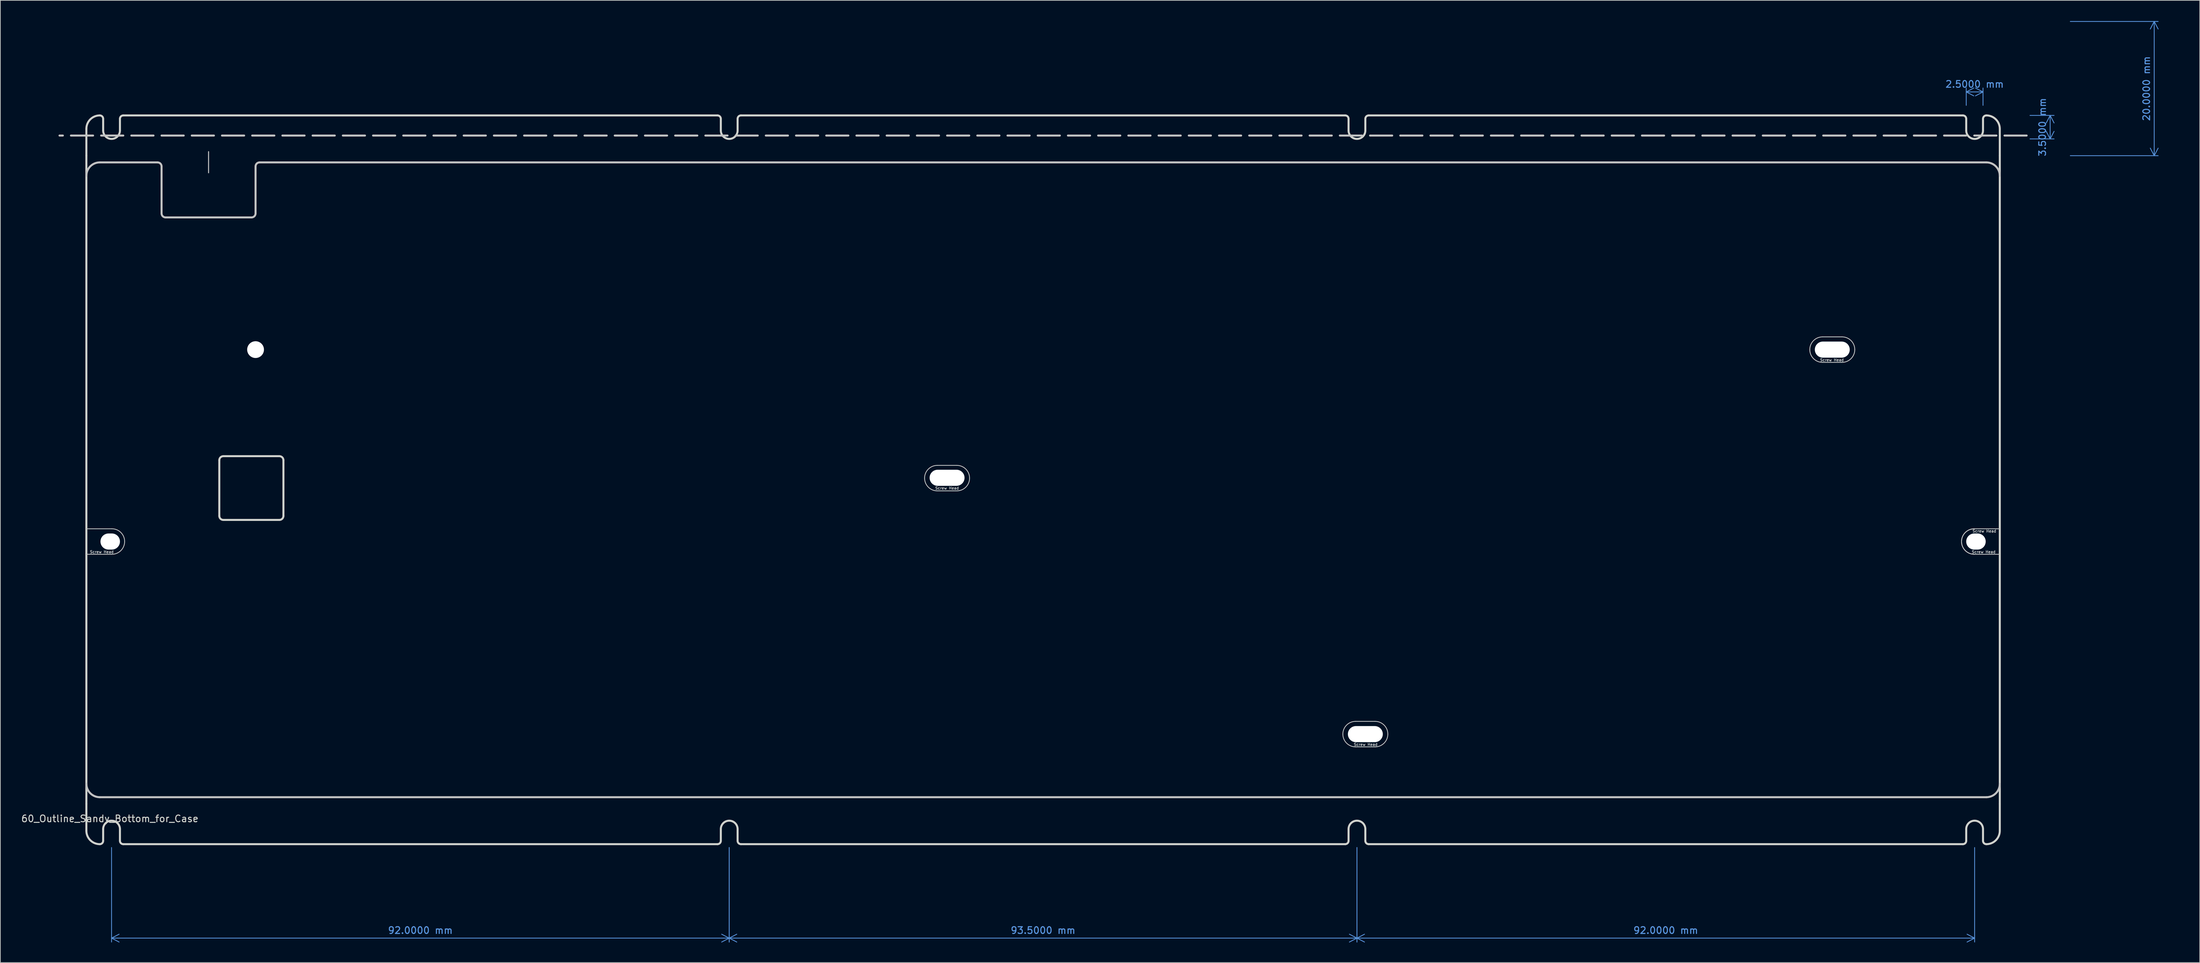
<source format=kicad_pcb>
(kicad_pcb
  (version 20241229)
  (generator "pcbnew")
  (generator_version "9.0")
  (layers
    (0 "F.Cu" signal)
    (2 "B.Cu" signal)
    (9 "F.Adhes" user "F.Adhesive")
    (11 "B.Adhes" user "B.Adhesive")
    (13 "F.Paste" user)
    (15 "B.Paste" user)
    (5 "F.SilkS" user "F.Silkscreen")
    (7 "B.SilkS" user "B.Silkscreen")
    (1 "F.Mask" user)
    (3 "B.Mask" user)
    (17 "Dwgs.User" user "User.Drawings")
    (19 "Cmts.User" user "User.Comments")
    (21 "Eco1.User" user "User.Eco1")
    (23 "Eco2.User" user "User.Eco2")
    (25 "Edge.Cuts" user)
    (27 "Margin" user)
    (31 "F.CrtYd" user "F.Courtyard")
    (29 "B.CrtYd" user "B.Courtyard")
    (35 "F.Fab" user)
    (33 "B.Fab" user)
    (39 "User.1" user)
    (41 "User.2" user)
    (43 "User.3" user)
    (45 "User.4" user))
  (footprint "60_Outline_Sandy_Bottom_for_Case"
    (layer "F.Cu")
    (at 152.315 68.45)
    (property "Reference" "60_Outline_Sandy_Bottom_for_Case" (at -139 50.5 0) (layer "Edge.Cuts") (effects (font (size 1 1) (thickness 0.15))))
    (attr through_hole)
    (fp_line (start -142.5 7.3) (end -138.7 7.3) (stroke (width 0.12) (type solid)) (layer "Dwgs.User"))
    (fp_line (start -142.5 11.1) (end -138.7 11.1) (stroke (width 0.12) (type solid)) (layer "Dwgs.User"))
    (fp_line (start -131.9 -47.3) (end -140.5 -47.3) (stroke (width 0.3) (type solid)) (layer "Dwgs.User"))
    (fp_line (start -131.3 -39.7) (end -131.3 -46.7) (stroke (width 0.3) (type solid)) (layer "Dwgs.User"))
    (fp_line (start -130.7 -39.1) (end -117.9 -39.1) (stroke (width 0.3) (type solid)) (layer "Dwgs.User"))
    (fp_line (start -124.3 -48.9) (end -124.3 -45.75) (stroke (width 0.15) (type solid)) (layer "Dwgs.User"))
    (fp_line (start -117.3 -39.7) (end -117.3 -46.7) (stroke (width 0.3) (type solid)) (layer "Dwgs.User"))
    (fp_line (start -15.75 -2.15) (end -12.85 -2.15) (stroke (width 0.12) (type solid)) (layer "Dwgs.User"))
    (fp_line (start -15.75 1.65) (end -12.85 1.65) (stroke (width 0.12) (type solid)) (layer "Dwgs.User"))
    (fp_line (start 46.55 36) (end 49.45 36) (stroke (width 0.12) (type solid)) (layer "Dwgs.User"))
    (fp_line (start 46.55 39.8) (end 49.45 39.8) (stroke (width 0.12) (type solid)) (layer "Dwgs.User"))
    (fp_line (start 116.1 -21.3) (end 119 -21.3) (stroke (width 0.12) (type solid)) (layer "Dwgs.User"))
    (fp_line (start 116.1 -17.5) (end 119 -17.5) (stroke (width 0.12) (type solid)) (layer "Dwgs.User"))
    (fp_line (start 138.7 7.3) (end 142.5 7.3) (stroke (width 0.12) (type solid)) (layer "Dwgs.User"))
    (fp_line (start 138.7 11.1) (end 142.5 11.1) (stroke (width 0.12) (type solid)) (layer "Dwgs.User"))
    (fp_line (start 140.5 -47.3) (end -116.7 -47.3) (stroke (width 0.3) (type solid)) (layer "Dwgs.User"))
    (fp_line (start 140.5 47.3) (end -140.5 47.3) (stroke (width 0.3) (type solid)) (layer "Dwgs.User"))
    (fp_line (start 146.5 -51.3) (end -146.5 -51.3) (stroke (width 0.3) (type dash)) (layer "Dwgs.User"))
    (fp_arc (start -142.5 -45.3) (mid -141.914214 -46.714214) (end -140.5 -47.3) (stroke (width 0.3) (type solid)) (layer "Dwgs.User"))
    (fp_arc (start -140.5 47.3) (mid -141.914214 46.714214) (end -142.5 45.3) (stroke (width 0.3) (type solid)) (layer "Dwgs.User"))
    (fp_arc (start -138.7 7.3) (mid -137.356497 7.856497) (end -136.8 9.2) (stroke (width 0.12) (type solid)) (layer "Dwgs.User"))
    (fp_arc (start -136.8 9.2) (mid -137.356497 10.543503) (end -138.7 11.1) (stroke (width 0.12) (type solid)) (layer "Dwgs.User"))
    (fp_arc (start -131.9 -47.3) (mid -131.475736 -47.124264) (end -131.3 -46.7) (stroke (width 0.3) (type solid)) (layer "Dwgs.User"))
    (fp_arc (start -130.7 -39.1) (mid -131.124264 -39.275736) (end -131.3 -39.7) (stroke (width 0.3) (type solid)) (layer "Dwgs.User"))
    (fp_arc (start -117.3 -46.7) (mid -117.124264 -47.124264) (end -116.7 -47.3) (stroke (width 0.3) (type solid)) (layer "Dwgs.User"))
    (fp_arc (start -117.3 -39.7) (mid -117.475736 -39.275736) (end -117.9 -39.1) (stroke (width 0.3) (type solid)) (layer "Dwgs.User"))
    (fp_arc (start -17.65 -0.25) (mid -17.093503 -1.593503) (end -15.75 -2.15) (stroke (width 0.12) (type solid)) (layer "Dwgs.User"))
    (fp_arc (start -15.75 1.65) (mid -17.093503 1.093503) (end -17.65 -0.25) (stroke (width 0.12) (type solid)) (layer "Dwgs.User"))
    (fp_arc (start -12.85 -2.15) (mid -11.506497 -1.593503) (end -10.95 -0.25) (stroke (width 0.12) (type solid)) (layer "Dwgs.User"))
    (fp_arc (start -10.95 -0.25) (mid -11.506497 1.093503) (end -12.85 1.65) (stroke (width 0.12) (type solid)) (layer "Dwgs.User"))
    (fp_arc (start 44.65 37.9) (mid 45.206497 36.556497) (end 46.55 36) (stroke (width 0.12) (type solid)) (layer "Dwgs.User"))
    (fp_arc (start 46.55 39.8) (mid 45.206497 39.243503) (end 44.65 37.9) (stroke (width 0.12) (type solid)) (layer "Dwgs.User"))
    (fp_arc (start 49.45 36) (mid 50.793503 36.556497) (end 51.35 37.9) (stroke (width 0.12) (type solid)) (layer "Dwgs.User"))
    (fp_arc (start 51.35 37.9) (mid 50.793503 39.243503) (end 49.45 39.8) (stroke (width 0.12) (type solid)) (layer "Dwgs.User"))
    (fp_arc (start 114.2 -19.4) (mid 114.756497 -20.743503) (end 116.1 -21.3) (stroke (width 0.12) (type solid)) (layer "Dwgs.User"))
    (fp_arc (start 116.1 -17.5) (mid 114.756497 -18.056497) (end 114.2 -19.4) (stroke (width 0.12) (type solid)) (layer "Dwgs.User"))
    (fp_arc (start 119 -21.3) (mid 120.343503 -20.743503) (end 120.9 -19.4) (stroke (width 0.12) (type solid)) (layer "Dwgs.User"))
    (fp_arc (start 120.9 -19.4) (mid 120.343503 -18.056497) (end 119 -17.5) (stroke (width 0.12) (type solid)) (layer "Dwgs.User"))
    (fp_arc (start 136.8 9.2) (mid 137.356497 7.856497) (end 138.7 7.3) (stroke (width 0.12) (type solid)) (layer "Dwgs.User"))
    (fp_arc (start 136.8 9.2) (mid 137.356497 7.856497) (end 138.7 7.3) (stroke (width 0.12) (type solid)) (layer "Dwgs.User"))
    (fp_arc (start 138.7 11.1) (mid 137.356497 10.543503) (end 136.8 9.2) (stroke (width 0.12) (type solid)) (layer "Dwgs.User"))
    (fp_arc (start 138.7 11.1) (mid 137.356497 10.543503) (end 136.8 9.2) (stroke (width 0.12) (type solid)) (layer "Dwgs.User"))
    (fp_arc (start 140.5 -47.3) (mid 141.914214 -46.714214) (end 142.5 -45.3) (stroke (width 0.3) (type solid)) (layer "Dwgs.User"))
    (fp_arc (start 142.5 45.3) (mid 141.914214 46.714214) (end 140.5 47.3) (stroke (width 0.3) (type solid)) (layer "Dwgs.User"))
    (fp_line (start -146.5 50.3) (end -146.5 -62.3) (stroke (width 0.3) (type solid)) (layer "Eco1.User"))
    (fp_line (start -143.5 45.3) (end -143.5 -45.3) (stroke (width 0.3) (type solid)) (layer "Eco1.User"))
    (fp_line (start -132.3 -47.3) (end -124.3 -47.3) (stroke (width 0.12) (type solid)) (layer "Eco1.User"))
    (fp_line (start -124.3 -47.3) (end -116.3 -47.3) (stroke (width 0.12) (type solid)) (layer "Eco1.User"))
    (fp_line (start -58.65 45.025) (end -58.65 40.025) (stroke (width 0.12) (type solid)) (layer "Eco1.User"))
    (fp_line (start -55.895 42.525) (end -61.395 42.525) (stroke (width 0.12) (type solid)) (layer "Eco1.User"))
    (fp_line (start -51.125 -43.075) (end -44.125 -43.075) (stroke (width 0.12) (type solid)) (layer "Eco1.User"))
    (fp_line (start -47.625 -40.8) (end -47.625 -45.8) (stroke (width 0.12) (type solid)) (layer "Eco1.User"))
    (fp_line (start 42.895 45.025) (end 42.895 40.025) (stroke (width 0.12) (type solid)) (layer "Eco1.User"))
    (fp_line (start 45.325 -43.075) (end 50.125 -43.075) (stroke (width 0.12) (type solid)) (layer "Eco1.User"))
    (fp_line (start 45.65 42.525) (end 40.15 42.525) (stroke (width 0.12) (type solid)) (layer "Eco1.User"))
    (fp_line (start 47.62 -40.5) (end 47.62 -45.5) (stroke (width 0.12) (type solid)) (layer "Eco1.User"))
    (fp_line (start 81.245 45.025) (end 81.245 40.025) (stroke (width 0.12) (type solid)) (layer "Eco1.User"))
    (fp_line (start 84 42.525) (end 78.5 42.525) (stroke (width 0.12) (type solid)) (layer "Eco1.User"))
    (fp_line (start 140.5 -68.3) (end -140.5 -68.3) (stroke (width 0.3) (type solid)) (layer "Eco1.User"))
    (fp_line (start 140.5 -48.3) (end -140.5 -48.3) (stroke (width 0.3) (type solid)) (layer "Eco1.User"))
    (fp_line (start 140.5 48.3) (end -140.5 48.3) (stroke (width 0.3) (type solid)) (layer "Eco1.User"))
    (fp_line (start 140.5 56.3) (end -140.5 56.3) (stroke (width 0.3) (type solid)) (layer "Eco1.User"))
    (fp_line (start 143.5 45.3) (end 143.5 -45.3) (stroke (width 0.3) (type solid)) (layer "Eco1.User"))
    (fp_line (start 146.5 50.3) (end 146.5 -62.3) (stroke (width 0.3) (type solid)) (layer "Eco1.User"))
    (fp_arc (start -146.5 -62.3) (mid -144.74264 -66.54264) (end -140.5 -68.3) (stroke (width 0.3) (type solid)) (layer "Eco1.User"))
    (fp_arc (start -143.5 -45.3) (mid -142.62132 -47.42132) (end -140.5 -48.3) (stroke (width 0.3) (type default)) (layer "Eco1.User"))
    (fp_arc (start -140.5 48.3) (mid -142.62132 47.42132) (end -143.5 45.3) (stroke (width 0.3) (type default)) (layer "Eco1.User"))
    (fp_arc (start -140.5 56.3) (mid -144.74264 54.54264) (end -146.5 50.3) (stroke (width 0.3) (type solid)) (layer "Eco1.User"))
    (fp_arc (start 140.5 -68.3) (mid 144.74264 -66.54264) (end 146.5 -62.3) (stroke (width 0.3) (type solid)) (layer "Eco1.User"))
    (fp_arc (start 140.5 -48.3) (mid 142.62132 -47.42132) (end 143.5 -45.3) (stroke (width 0.3) (type default)) (layer "Eco1.User"))
    (fp_arc (start 143.5 45.3) (mid 142.62132 47.42132) (end 140.5 48.3) (stroke (width 0.3) (type default)) (layer "Eco1.User"))
    (fp_arc (start 146.5 50.3) (mid 144.742641 54.542641) (end 140.5 56.3) (stroke (width 0.3) (type solid)) (layer "Eco1.User"))
    (fp_rect (start 136.25 -55.3) (end 141.25 -50.3) (stroke (width 0.12) (type default)) (fill no) (layer "Eco2.User"))
    (fp_rect (start 136.25 50.3) (end 141.25 55.3) (stroke (width 0.12) (type default)) (fill no) (layer "Eco2.User"))
    (fp_circle (center 138.75 -52.8) (end 139.75 -53.3) (stroke (width 0.12) (type default)) (fill no) (layer "Eco2.User"))
    (fp_circle (center 138.75 52.8) (end 139.75 52.3) (stroke (width 0.12) (type default)) (fill no) (layer "Eco2.User"))
    (fp_line (start -142.5 -48.3) (end -142.5 -52.3) (stroke (width 0.3) (type solid)) (layer "Edge.Cuts"))
    (fp_line (start -142.5 11) (end -142.5 -48.3) (stroke (width 0.3) (type solid)) (layer "Edge.Cuts"))
    (fp_line (start -142.5 48.3) (end -142.5 11) (stroke (width 0.3) (type solid)) (layer "Edge.Cuts"))
    (fp_line (start -142.5 48.3) (end -142.5 52.3) (stroke (width 0.3) (type solid)) (layer "Edge.Cuts"))
    (fp_line (start -140 -52.05) (end -140 -53.8) (stroke (width 0.3) (type solid)) (layer "Edge.Cuts"))
    (fp_line (start -140 52.05) (end -140 53.8) (stroke (width 0.3) (type solid)) (layer "Edge.Cuts"))
    (fp_line (start -137.5 -52.05) (end -137.5 -53.8) (stroke (width 0.3) (type solid)) (layer "Edge.Cuts"))
    (fp_line (start -137.5 52.05) (end -137.5 53.8) (stroke (width 0.3) (type solid)) (layer "Edge.Cuts"))
    (fp_line (start -122.7 5.38) (end -122.7 -2.92) (stroke (width 0.3) (type solid)) (layer "Edge.Cuts"))
    (fp_line (start -122.1 5.98) (end -113.75 5.98) (stroke (width 0.3) (type solid)) (layer "Edge.Cuts"))
    (fp_line (start -113.75 -3.52) (end -122.1 -3.52) (stroke (width 0.3) (type solid)) (layer "Edge.Cuts"))
    (fp_line (start -113.15 5.38) (end -113.15 -2.92) (stroke (width 0.3) (type solid)) (layer "Edge.Cuts"))
    (fp_line (start -48.5 -54.3) (end -137 -54.3) (stroke (width 0.3) (type solid)) (layer "Edge.Cuts"))
    (fp_line (start -48.5 54.3) (end -137 54.3) (stroke (width 0.3) (type solid)) (layer "Edge.Cuts"))
    (fp_line (start -48 -52.05) (end -48 -53.8) (stroke (width 0.3) (type solid)) (layer "Edge.Cuts"))
    (fp_line (start -48 52.05) (end -48 53.8) (stroke (width 0.3) (type solid)) (layer "Edge.Cuts"))
    (fp_line (start -45.5 -52.05) (end -45.5 -53.8) (stroke (width 0.3) (type solid)) (layer "Edge.Cuts"))
    (fp_line (start -45.5 52.05) (end -45.5 53.8) (stroke (width 0.3) (type solid)) (layer "Edge.Cuts"))
    (fp_line (start 45 -54.3) (end -45 -54.3) (stroke (width 0.3) (type solid)) (layer "Edge.Cuts"))
    (fp_line (start 45 54.3) (end -45 54.3) (stroke (width 0.3) (type solid)) (layer "Edge.Cuts"))
    (fp_line (start 45.5 -52.05) (end 45.5 -53.8) (stroke (width 0.3) (type solid)) (layer "Edge.Cuts"))
    (fp_line (start 45.5 52.05) (end 45.5 53.8) (stroke (width 0.3) (type solid)) (layer "Edge.Cuts"))
    (fp_line (start 48 -52.05) (end 48 -53.8) (stroke (width 0.3) (type solid)) (layer "Edge.Cuts"))
    (fp_line (start 48 52.05) (end 48 53.8) (stroke (width 0.3) (type solid)) (layer "Edge.Cuts"))
    (fp_line (start 137 -54.3) (end 48.5 -54.3) (stroke (width 0.3) (type solid)) (layer "Edge.Cuts"))
    (fp_line (start 137 54.3) (end 48.5 54.3) (stroke (width 0.3) (type solid)) (layer "Edge.Cuts"))
    (fp_line (start 137.5 -52.05) (end 137.5 -53.8) (stroke (width 0.3) (type solid)) (layer "Edge.Cuts"))
    (fp_line (start 137.5 52.05) (end 137.5 53.8) (stroke (width 0.3) (type solid)) (layer "Edge.Cuts"))
    (fp_line (start 140 -52.05) (end 140 -53.8) (stroke (width 0.3) (type solid)) (layer "Edge.Cuts"))
    (fp_line (start 140 52.05) (end 140 53.8) (stroke (width 0.3) (type solid)) (layer "Edge.Cuts"))
    (fp_line (start 142.5 -48.3) (end 142.5 -52.3) (stroke (width 0.3) (type solid)) (layer "Edge.Cuts"))
    (fp_line (start 142.5 11) (end 142.5 -48.3) (stroke (width 0.3) (type solid)) (layer "Edge.Cuts"))
    (fp_line (start 142.5 11) (end 142.5 48.3) (stroke (width 0.3) (type solid)) (layer "Edge.Cuts"))
    (fp_line (start 142.5 48.3) (end 142.5 52.3) (stroke (width 0.3) (type solid)) (layer "Edge.Cuts"))
    (fp_arc (start -142.5 -52.3) (mid -141.914214 -53.714214) (end -140.5 -54.3) (stroke (width 0.3) (type solid)) (layer "Edge.Cuts"))
    (fp_arc (start -140.5 -54.3) (mid -140.146447 -54.153553) (end -140 -53.8) (stroke (width 0.3) (type default)) (layer "Edge.Cuts"))
    (fp_arc (start -140.5 54.3) (mid -141.914214 53.714214) (end -142.5 52.3) (stroke (width 0.3) (type solid)) (layer "Edge.Cuts"))
    (fp_arc (start -140 52.05) (mid -138.75 50.8) (end -137.5 52.05) (stroke (width 0.3) (type default)) (layer "Edge.Cuts"))
    (fp_arc (start -140 53.8) (mid -140.146447 54.153553) (end -140.5 54.3) (stroke (width 0.3) (type default)) (layer "Edge.Cuts"))
    (fp_arc (start -137.5 -53.8) (mid -137.353553 -54.153553) (end -137 -54.3) (stroke (width 0.3) (type default)) (layer "Edge.Cuts"))
    (fp_arc (start -137.5 -52.05) (mid -138.75 -50.8) (end -140 -52.05) (stroke (width 0.3) (type default)) (layer "Edge.Cuts"))
    (fp_arc (start -137 54.3) (mid -137.353553 54.153553) (end -137.5 53.8) (stroke (width 0.3) (type default)) (layer "Edge.Cuts"))
    (fp_arc (start -122.7 -2.92) (mid -122.524264 -3.344264) (end -122.1 -3.52) (stroke (width 0.3) (type solid)) (layer "Edge.Cuts"))
    (fp_arc (start -122.1 5.98) (mid -122.524264 5.804264) (end -122.7 5.38) (stroke (width 0.3) (type solid)) (layer "Edge.Cuts"))
    (fp_arc (start -113.75 -3.52) (mid -113.325736 -3.344264) (end -113.15 -2.92) (stroke (width 0.3) (type solid)) (layer "Edge.Cuts"))
    (fp_arc (start -113.15 5.38) (mid -113.325736 5.804264) (end -113.75 5.98) (stroke (width 0.3) (type solid)) (layer "Edge.Cuts"))
    (fp_arc (start -48.5 -54.3) (mid -48.146447 -54.153553) (end -48 -53.8) (stroke (width 0.3) (type default)) (layer "Edge.Cuts"))
    (fp_arc (start -48 52.05) (mid -46.75 50.8) (end -45.5 52.05) (stroke (width 0.3) (type default)) (layer "Edge.Cuts"))
    (fp_arc (start -48 53.8) (mid -48.146447 54.153553) (end -48.5 54.3) (stroke (width 0.3) (type default)) (layer "Edge.Cuts"))
    (fp_arc (start -45.5 -53.8) (mid -45.353553 -54.153553) (end -45 -54.3) (stroke (width 0.3) (type default)) (layer "Edge.Cuts"))
    (fp_arc (start -45.5 -52.05) (mid -46.75 -50.8) (end -48 -52.05) (stroke (width 0.3) (type default)) (layer "Edge.Cuts"))
    (fp_arc (start -45 54.3) (mid -45.353553 54.153553) (end -45.5 53.8) (stroke (width 0.3) (type default)) (layer "Edge.Cuts"))
    (fp_arc (start 45 -54.3) (mid 45.353553 -54.153553) (end 45.5 -53.8) (stroke (width 0.3) (type default)) (layer "Edge.Cuts"))
    (fp_arc (start 45.5 52.05) (mid 46.75 50.8) (end 48 52.05) (stroke (width 0.3) (type default)) (layer "Edge.Cuts"))
    (fp_arc (start 45.5 53.8) (mid 45.353553 54.153553) (end 45 54.3) (stroke (width 0.3) (type default)) (layer "Edge.Cuts"))
    (fp_arc (start 48 -53.8) (mid 48.146447 -54.153553) (end 48.5 -54.3) (stroke (width 0.3) (type default)) (layer "Edge.Cuts"))
    (fp_arc (start 48 -52.05) (mid 46.75 -50.8) (end 45.5 -52.05) (stroke (width 0.3) (type default)) (layer "Edge.Cuts"))
    (fp_arc (start 48.5 54.3) (mid 48.146447 54.153553) (end 48 53.8) (stroke (width 0.3) (type default)) (layer "Edge.Cuts"))
    (fp_arc (start 137 -54.3) (mid 137.353553 -54.153553) (end 137.5 -53.8) (stroke (width 0.3) (type default)) (layer "Edge.Cuts"))
    (fp_arc (start 137.5 52.05) (mid 138.75 50.8) (end 140 52.05) (stroke (width 0.3) (type default)) (layer "Edge.Cuts"))
    (fp_arc (start 137.5 53.8) (mid 137.353553 54.153553) (end 137 54.3) (stroke (width 0.3) (type default)) (layer "Edge.Cuts"))
    (fp_arc (start 140 -53.8) (mid 140.146447 -54.153553) (end 140.5 -54.3) (stroke (width 0.3) (type default)) (layer "Edge.Cuts"))
    (fp_arc (start 140 -52.05) (mid 138.75 -50.8) (end 137.5 -52.05) (stroke (width 0.3) (type default)) (layer "Edge.Cuts"))
    (fp_arc (start 140.5 -54.3) (mid 141.914214 -53.714214) (end 142.5 -52.3) (stroke (width 0.3) (type solid)) (layer "Edge.Cuts"))
    (fp_arc (start 140.5 54.3) (mid 140.146447 54.153553) (end 140 53.8) (stroke (width 0.3) (type default)) (layer "Edge.Cuts"))
    (fp_arc (start 142.5 52.3) (mid 141.914214 53.714214) (end 140.5 54.3) (stroke (width 0.3) (type solid)) (layer "Edge.Cuts"))
    (fp_text user "Screw Head" (at -140.2 10.75 0) (layer "Dwgs.User") (effects (font (size 0.4 0.4) (thickness 0.08))))
    (fp_text user "Screw Head" (at 117.5 -17.85 0) (layer "Dwgs.User") (effects (font (size 0.4 0.4) (thickness 0.08))))
    (fp_text user "Screw Head" (at 140.2 7.65 180) (layer "Dwgs.User") (effects (font (size 0.4 0.4) (thickness 0.08))))
    (fp_text user "Screw Head" (at 48.05 39.45 0) (layer "Dwgs.User") (effects (font (size 0.4 0.4) (thickness 0.08))))
    (fp_text user "Screw Head" (at 140.1 10.75 0) (layer "Dwgs.User") (effects (font (size 0.4 0.4) (thickness 0.08))))
    (fp_text user "Screw Head" (at -14.3 1.25 0) (layer "Dwgs.User") (effects (font (size 0.4 0.4) (thickness 0.08))))
    (fp_text user "M2 2.2mm Hole" (at 81.5 46 0) (layer "Eco1.User") (effects (font (size 1 1) (thickness 0.15))))
    (fp_text user "M2 2.2mm Hole" (at 43 46 0) (layer "Eco1.User") (effects (font (size 1 1) (thickness 0.15))))
    (fp_text user "M2 2.2mm Hole" (at -58.395 46 0) (layer "Eco1.User") (effects (font (size 1 1) (thickness 0.15))))
    (fp_text user "M2 2.2mm Hole" (at -47.125 -39.5 0) (layer "Eco1.User") (effects (font (size 1 1) (thickness 0.15))))
    (fp_text user "M2 2.2mm Hole" (at 47.875 -39.5 0) (layer "Eco1.User") (effects (font (size 1 1) (thickness 0.15))))
    (dimension (type aligned) (layer "Cmts.User") (pts (xy 291.065 122.75) (xy 199.065 122.75)) (height -14) (format (prefix "") (suffix "") (units 3) (units_format 1) (precision 4)) (style (thickness 0.12) (arrow_length 1.27) (text_position_mode 0) (arrow_direction outward) (extension_height 0.586) (extension_offset 0.5) (keep_text_aligned yes)) (gr_text "92.0000 mm" (at 245.065 135.6 0) (layer "Cmts.User") (effects (font (size 1 1) (thickness 0.15)))))
    (dimension (type aligned) (layer "Cmts.User") (pts (xy 105.565 122.75) (xy 13.565 122.75)) (height -14) (format (prefix "") (suffix "") (units 3) (units_format 1) (precision 4)) (style (thickness 0.12) (arrow_length 1.27) (text_position_mode 0) (arrow_direction outward) (extension_height 0.586) (extension_offset 0.5) (keep_text_aligned yes)) (gr_text "92.0000 mm" (at 59.565 135.6 0) (layer "Cmts.User") (effects (font (size 1 1) (thickness 0.15)))))
    (dimension (type aligned) (layer "Cmts.User") (pts (xy 298.815 14.15) (xy 298.815 17.65)) (height -3.5) (format (prefix "") (suffix "") (units 3) (units_format 1) (precision 4)) (style (thickness 0.12) (arrow_length 1.27) (text_position_mode 0) (arrow_direction outward) (extension_height 0.586) (extension_offset 0.5) (keep_text_aligned yes)) (gr_text "3.5000 mm" (at 301.165 15.9 90) (layer "Cmts.User") (effects (font (size 1 1) (thickness 0.15)))))
    (dimension (type aligned) (layer "Cmts.User") (pts (xy 199.065 122.75) (xy 105.565 122.75)) (height -14) (format (prefix "") (suffix "") (units 3) (units_format 1) (precision 4)) (style (thickness 0.12) (arrow_length 1.27) (text_position_mode 0) (arrow_direction outward) (extension_height 0.586) (extension_offset 0.5) (keep_text_aligned yes)) (gr_text "93.5000 mm" (at 152.315 135.6 0) (layer "Cmts.User") (effects (font (size 1 1) (thickness 0.15)))))
    (dimension (type aligned) (layer "Cmts.User") (pts (xy 304.815 0.15) (xy 304.815 20.15)) (height -13) (format (prefix "") (suffix "") (units 3) (units_format 1) (precision 4)) (style (thickness 0.12) (arrow_length 1.27) (text_position_mode 0) (arrow_direction outward) (extension_height 0.586) (extension_offset 0.5) (keep_text_aligned yes)) (gr_text "20.0000 mm" (at 316.665 10.15 90) (layer "Cmts.User") (effects (font (size 1 1) (thickness 0.15)))))
    (dimension (type aligned) (layer "Cmts.User") (pts (xy 289.815 13.15) (xy 292.315 13.15)) (height -2.5) (format (prefix "") (suffix "") (units 3) (units_format 1) (precision 4)) (style (thickness 0.12) (arrow_length 1.27) (text_position_mode 0) (arrow_direction outward) (extension_height 0.586) (extension_offset 0.5) (keep_text_aligned yes)) (gr_text "2.5000 mm" (at 291.065 9.5 0) (layer "Cmts.User") (effects (font (size 1 1) (thickness 0.15)))))
    (pad "" np_thru_hole oval (at -138.95 9.2) (size 2.9 2.4) (drill oval 2.9 2.4) (layers "*.Cu" "*.Mask"))
    (pad "" np_thru_hole circle (at -117.3 -19.4) (size 2.499 2.499) (drill 2.499) (layers "*.Cu" "*.Mask"))
    (pad "" np_thru_hole oval (at -14.3 -0.3) (size 5.2 2.4) (drill oval 5.2 2.4) (layers "*.Cu" "*.Mask"))
    (pad "" np_thru_hole oval (at 48 37.9) (size 5.2 2.4) (drill oval 5.2 2.4) (layers "*.Cu" "*.Mask"))
    (pad "" np_thru_hole oval (at 117.55 -19.4) (size 5.2 2.4) (drill oval 5.2 2.4) (layers "*.Cu" "*.Mask"))
    (pad "" np_thru_hole oval (at 138.95 9.2 180) (size 2.9 2.4) (drill oval 2.9 2.4) (layers "*.Cu" "*.Mask")))
  (gr_rect
    (start -3 -3)
    (end 324.6 140.396)
    (stroke (width 0.1) (type default))
    (fill no)
    (layer "Edge.Cuts")))
</source>
